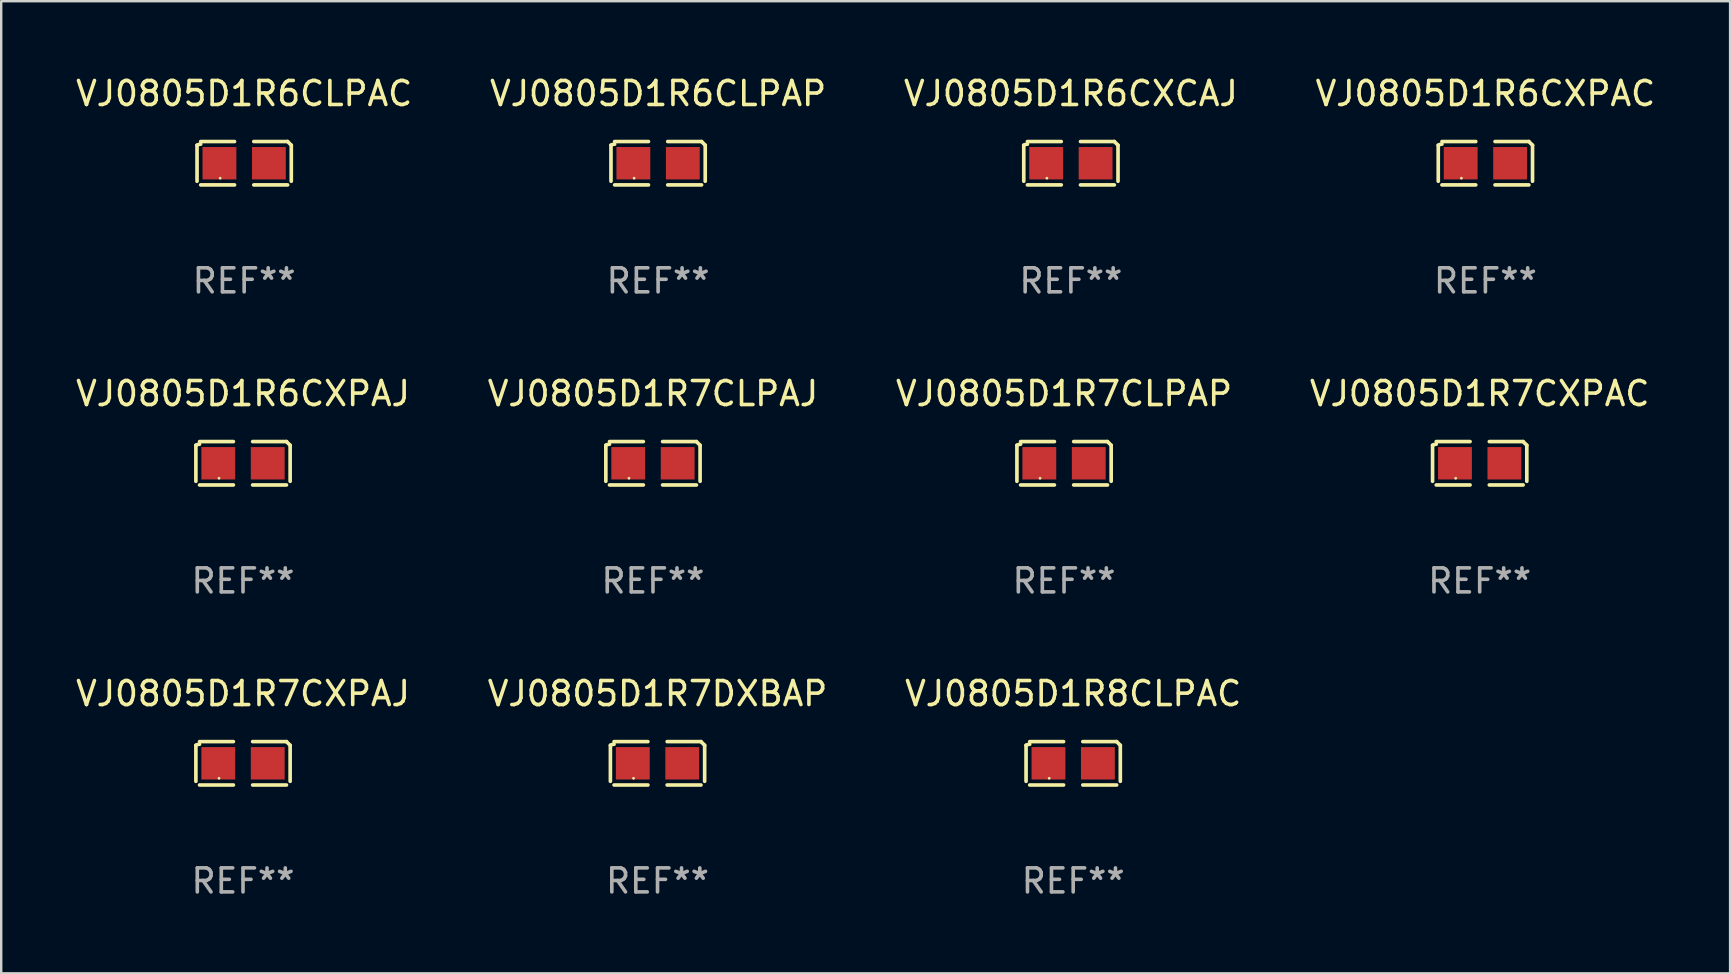
<source format=kicad_pcb>
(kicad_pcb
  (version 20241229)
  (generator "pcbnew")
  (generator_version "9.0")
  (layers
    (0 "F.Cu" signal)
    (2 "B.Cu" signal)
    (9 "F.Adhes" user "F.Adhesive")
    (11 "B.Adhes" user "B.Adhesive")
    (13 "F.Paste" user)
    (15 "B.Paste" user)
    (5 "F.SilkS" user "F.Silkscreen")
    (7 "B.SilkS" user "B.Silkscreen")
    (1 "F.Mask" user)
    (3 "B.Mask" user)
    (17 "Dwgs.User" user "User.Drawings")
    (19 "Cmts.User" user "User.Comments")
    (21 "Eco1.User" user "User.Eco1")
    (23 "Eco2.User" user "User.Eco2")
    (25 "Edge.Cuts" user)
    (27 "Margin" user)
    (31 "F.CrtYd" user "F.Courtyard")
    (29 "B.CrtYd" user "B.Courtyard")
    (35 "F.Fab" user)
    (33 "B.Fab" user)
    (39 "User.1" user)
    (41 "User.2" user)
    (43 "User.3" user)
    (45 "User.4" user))
  (footprint "VJ0805D1R6CXPAC"
    (layer "F.Cu")
    (at 58.851 3.752)
    (property "Reference" "VJ0805D1R6CXPAC" (at 0 -2.904 0) (layer "F.SilkS") (effects (font (size 1 1) (thickness 0.15))))
    (attr through_hole)
    (fp_line (start -1.964 0.751) (end -1.964 -0.751) (stroke (width 0.152) (type solid)) (layer "F.SilkS"))
    (fp_line (start -1.811 -0.904) (end -0.401 -0.904) (stroke (width 0.152) (type solid)) (layer "F.SilkS"))
    (fp_line (start -0.401 0.904) (end -1.811 0.904) (stroke (width 0.152) (type solid)) (layer "F.SilkS"))
    (fp_line (start 0.401 0.904) (end 1.811 0.904) (stroke (width 0.152) (type solid)) (layer "F.SilkS"))
    (fp_line (start 1.811 -0.904) (end 0.401 -0.904) (stroke (width 0.152) (type solid)) (layer "F.SilkS"))
    (fp_line (start 1.964 0.751) (end 1.964 -0.751) (stroke (width 0.152) (type solid)) (layer "F.SilkS"))
    (fp_arc (start -1.963602 -0.751207) (mid -1.890354 -0.783131) (end -1.811201 -0.794044) (stroke (width 0.1524) (type solid)) (layer "F.SilkS"))
    (fp_arc (start 1.811202 -0.903607) (mid 1.887413 -0.827418) (end 1.963602 -0.751207) (stroke (width 0.1524) (type solid)) (layer "F.SilkS"))
    (fp_circle (center -1 0.625) (end -0.97 0.625) (stroke (width 0.06) (type solid)) (fill no) (layer "F.SilkS"))
    (fp_text user "REF**" (at 0 4.904 0) (layer "F.Fab") (effects (font (size 1 1) (thickness 0.15))))
    (pad "1" smd rect (at -1.03 0) (size 1.41 1.35) (layers "F.Cu" "F.Mask" "F.Paste"))
    (pad "2" smd rect (at 1.03 0) (size 1.41 1.35) (layers "F.Cu" "F.Mask" "F.Paste")))
  (footprint "VJ0805D1R7CLPAP"
    (layer "F.Cu")
    (at 41.292 16.256)
    (property "Reference" "VJ0805D1R7CLPAP" (at 0 -2.904 0) (layer "F.SilkS") (effects (font (size 1 1) (thickness 0.15))))
    (attr through_hole)
    (fp_line (start -1.964 0.751) (end -1.964 -0.751) (stroke (width 0.152) (type solid)) (layer "F.SilkS"))
    (fp_line (start -1.811 -0.904) (end -0.401 -0.904) (stroke (width 0.152) (type solid)) (layer "F.SilkS"))
    (fp_line (start -0.401 0.904) (end -1.811 0.904) (stroke (width 0.152) (type solid)) (layer "F.SilkS"))
    (fp_line (start 0.401 0.904) (end 1.811 0.904) (stroke (width 0.152) (type solid)) (layer "F.SilkS"))
    (fp_line (start 1.811 -0.904) (end 0.401 -0.904) (stroke (width 0.152) (type solid)) (layer "F.SilkS"))
    (fp_line (start 1.964 0.751) (end 1.964 -0.751) (stroke (width 0.152) (type solid)) (layer "F.SilkS"))
    (fp_arc (start -1.963602 -0.751207) (mid -1.890354 -0.783131) (end -1.811201 -0.794044) (stroke (width 0.1524) (type solid)) (layer "F.SilkS"))
    (fp_arc (start 1.811202 -0.903607) (mid 1.887413 -0.827418) (end 1.963602 -0.751207) (stroke (width 0.1524) (type solid)) (layer "F.SilkS"))
    (fp_circle (center -1 0.625) (end -0.97 0.625) (stroke (width 0.06) (type solid)) (fill no) (layer "F.SilkS"))
    (fp_text user "REF**" (at 0 4.904 0) (layer "F.Fab") (effects (font (size 1 1) (thickness 0.15))))
    (pad "1" smd rect (at -1.03 0) (size 1.41 1.35) (layers "F.Cu" "F.Mask" "F.Paste"))
    (pad "2" smd rect (at 1.03 0) (size 1.41 1.35) (layers "F.Cu" "F.Mask" "F.Paste")))
  (footprint "VJ0805D1R6CXCAJ"
    (layer "F.Cu")
    (at 41.577 3.752)
    (property "Reference" "VJ0805D1R6CXCAJ" (at 0 -2.904 0) (layer "F.SilkS") (effects (font (size 1 1) (thickness 0.15))))
    (attr through_hole)
    (fp_line (start -1.964 0.751) (end -1.964 -0.751) (stroke (width 0.152) (type solid)) (layer "F.SilkS"))
    (fp_line (start -1.811 -0.904) (end -0.401 -0.904) (stroke (width 0.152) (type solid)) (layer "F.SilkS"))
    (fp_line (start -0.401 0.904) (end -1.811 0.904) (stroke (width 0.152) (type solid)) (layer "F.SilkS"))
    (fp_line (start 0.401 0.904) (end 1.811 0.904) (stroke (width 0.152) (type solid)) (layer "F.SilkS"))
    (fp_line (start 1.811 -0.904) (end 0.401 -0.904) (stroke (width 0.152) (type solid)) (layer "F.SilkS"))
    (fp_line (start 1.964 0.751) (end 1.964 -0.751) (stroke (width 0.152) (type solid)) (layer "F.SilkS"))
    (fp_arc (start -1.963602 -0.751207) (mid -1.890354 -0.783131) (end -1.811201 -0.794044) (stroke (width 0.1524) (type solid)) (layer "F.SilkS"))
    (fp_arc (start 1.811202 -0.903607) (mid 1.887413 -0.827418) (end 1.963602 -0.751207) (stroke (width 0.1524) (type solid)) (layer "F.SilkS"))
    (fp_circle (center -1 0.625) (end -0.97 0.625) (stroke (width 0.06) (type solid)) (fill no) (layer "F.SilkS"))
    (fp_text user "REF**" (at 0 4.904 0) (layer "F.Fab") (effects (font (size 1 1) (thickness 0.15))))
    (pad "1" smd rect (at -1.03 0) (size 1.41 1.35) (layers "F.Cu" "F.Mask" "F.Paste"))
    (pad "2" smd rect (at 1.03 0) (size 1.41 1.35) (layers "F.Cu" "F.Mask" "F.Paste")))
  (footprint "VJ0805D1R7CXPAJ"
    (layer "F.Cu")
    (at 7.077 28.759)
    (property "Reference" "VJ0805D1R7CXPAJ" (at 0 -2.904 0) (layer "F.SilkS") (effects (font (size 1 1) (thickness 0.15))))
    (attr through_hole)
    (fp_line (start -1.964 0.751) (end -1.964 -0.751) (stroke (width 0.152) (type solid)) (layer "F.SilkS"))
    (fp_line (start -1.811 -0.904) (end -0.401 -0.904) (stroke (width 0.152) (type solid)) (layer "F.SilkS"))
    (fp_line (start -0.401 0.904) (end -1.811 0.904) (stroke (width 0.152) (type solid)) (layer "F.SilkS"))
    (fp_line (start 0.401 0.904) (end 1.811 0.904) (stroke (width 0.152) (type solid)) (layer "F.SilkS"))
    (fp_line (start 1.811 -0.904) (end 0.401 -0.904) (stroke (width 0.152) (type solid)) (layer "F.SilkS"))
    (fp_line (start 1.964 0.751) (end 1.964 -0.751) (stroke (width 0.152) (type solid)) (layer "F.SilkS"))
    (fp_arc (start -1.963602 -0.751207) (mid -1.890354 -0.783131) (end -1.811201 -0.794044) (stroke (width 0.1524) (type solid)) (layer "F.SilkS"))
    (fp_arc (start 1.811202 -0.903607) (mid 1.887413 -0.827418) (end 1.963602 -0.751207) (stroke (width 0.1524) (type solid)) (layer "F.SilkS"))
    (fp_circle (center -1 0.625) (end -0.97 0.625) (stroke (width 0.06) (type solid)) (fill no) (layer "F.SilkS"))
    (fp_text user "REF**" (at 0 4.904 0) (layer "F.Fab") (effects (font (size 1 1) (thickness 0.15))))
    (pad "1" smd rect (at -1.03 0) (size 1.41 1.35) (layers "F.Cu" "F.Mask" "F.Paste"))
    (pad "2" smd rect (at 1.03 0) (size 1.41 1.35) (layers "F.Cu" "F.Mask" "F.Paste")))
  (footprint "VJ0805D1R7CXPAC"
    (layer "F.Cu")
    (at 58.613 16.256)
    (property "Reference" "VJ0805D1R7CXPAC" (at 0 -2.904 0) (layer "F.SilkS") (effects (font (size 1 1) (thickness 0.15))))
    (attr through_hole)
    (fp_line (start -1.964 0.751) (end -1.964 -0.751) (stroke (width 0.152) (type solid)) (layer "F.SilkS"))
    (fp_line (start -1.811 -0.904) (end -0.401 -0.904) (stroke (width 0.152) (type solid)) (layer "F.SilkS"))
    (fp_line (start -0.401 0.904) (end -1.811 0.904) (stroke (width 0.152) (type solid)) (layer "F.SilkS"))
    (fp_line (start 0.401 0.904) (end 1.811 0.904) (stroke (width 0.152) (type solid)) (layer "F.SilkS"))
    (fp_line (start 1.811 -0.904) (end 0.401 -0.904) (stroke (width 0.152) (type solid)) (layer "F.SilkS"))
    (fp_line (start 1.964 0.751) (end 1.964 -0.751) (stroke (width 0.152) (type solid)) (layer "F.SilkS"))
    (fp_arc (start -1.963602 -0.751207) (mid -1.890354 -0.783131) (end -1.811201 -0.794044) (stroke (width 0.1524) (type solid)) (layer "F.SilkS"))
    (fp_arc (start 1.811202 -0.903607) (mid 1.887413 -0.827418) (end 1.963602 -0.751207) (stroke (width 0.1524) (type solid)) (layer "F.SilkS"))
    (fp_circle (center -1 0.625) (end -0.97 0.625) (stroke (width 0.06) (type solid)) (fill no) (layer "F.SilkS"))
    (fp_text user "REF**" (at 0 4.904 0) (layer "F.Fab") (effects (font (size 1 1) (thickness 0.15))))
    (pad "1" smd rect (at -1.03 0) (size 1.41 1.35) (layers "F.Cu" "F.Mask" "F.Paste"))
    (pad "2" smd rect (at 1.03 0) (size 1.41 1.35) (layers "F.Cu" "F.Mask" "F.Paste")))
  (footprint "VJ0805D1R6CLPAP"
    (layer "F.Cu")
    (at 24.375 3.752)
    (property "Reference" "VJ0805D1R6CLPAP" (at 0 -2.904 0) (layer "F.SilkS") (effects (font (size 1 1) (thickness 0.15))))
    (attr through_hole)
    (fp_line (start -1.964 0.751) (end -1.964 -0.751) (stroke (width 0.152) (type solid)) (layer "F.SilkS"))
    (fp_line (start -1.811 -0.904) (end -0.401 -0.904) (stroke (width 0.152) (type solid)) (layer "F.SilkS"))
    (fp_line (start -0.401 0.904) (end -1.811 0.904) (stroke (width 0.152) (type solid)) (layer "F.SilkS"))
    (fp_line (start 0.401 0.904) (end 1.811 0.904) (stroke (width 0.152) (type solid)) (layer "F.SilkS"))
    (fp_line (start 1.811 -0.904) (end 0.401 -0.904) (stroke (width 0.152) (type solid)) (layer "F.SilkS"))
    (fp_line (start 1.964 0.751) (end 1.964 -0.751) (stroke (width 0.152) (type solid)) (layer "F.SilkS"))
    (fp_arc (start -1.963602 -0.751207) (mid -1.890354 -0.783131) (end -1.811201 -0.794044) (stroke (width 0.1524) (type solid)) (layer "F.SilkS"))
    (fp_arc (start 1.811202 -0.903607) (mid 1.887413 -0.827418) (end 1.963602 -0.751207) (stroke (width 0.1524) (type solid)) (layer "F.SilkS"))
    (fp_circle (center -1 0.625) (end -0.97 0.625) (stroke (width 0.06) (type solid)) (fill no) (layer "F.SilkS"))
    (fp_text user "REF**" (at 0 4.904 0) (layer "F.Fab") (effects (font (size 1 1) (thickness 0.15))))
    (pad "1" smd rect (at -1.03 0) (size 1.41 1.35) (layers "F.Cu" "F.Mask" "F.Paste"))
    (pad "2" smd rect (at 1.03 0) (size 1.41 1.35) (layers "F.Cu" "F.Mask" "F.Paste")))
  (footprint "VJ0805D1R8CLPAC"
    (layer "F.Cu")
    (at 41.673 28.759)
    (property "Reference" "VJ0805D1R8CLPAC" (at 0 -2.904 0) (layer "F.SilkS") (effects (font (size 1 1) (thickness 0.15))))
    (attr through_hole)
    (fp_line (start -1.964 0.751) (end -1.964 -0.751) (stroke (width 0.152) (type solid)) (layer "F.SilkS"))
    (fp_line (start -1.811 -0.904) (end -0.401 -0.904) (stroke (width 0.152) (type solid)) (layer "F.SilkS"))
    (fp_line (start -0.401 0.904) (end -1.811 0.904) (stroke (width 0.152) (type solid)) (layer "F.SilkS"))
    (fp_line (start 0.401 0.904) (end 1.811 0.904) (stroke (width 0.152) (type solid)) (layer "F.SilkS"))
    (fp_line (start 1.811 -0.904) (end 0.401 -0.904) (stroke (width 0.152) (type solid)) (layer "F.SilkS"))
    (fp_line (start 1.964 0.751) (end 1.964 -0.751) (stroke (width 0.152) (type solid)) (layer "F.SilkS"))
    (fp_arc (start -1.963602 -0.751207) (mid -1.890354 -0.783131) (end -1.811201 -0.794044) (stroke (width 0.1524) (type solid)) (layer "F.SilkS"))
    (fp_arc (start 1.811202 -0.903607) (mid 1.887413 -0.827418) (end 1.963602 -0.751207) (stroke (width 0.1524) (type solid)) (layer "F.SilkS"))
    (fp_circle (center -1 0.625) (end -0.97 0.625) (stroke (width 0.06) (type solid)) (fill no) (layer "F.SilkS"))
    (fp_text user "REF**" (at 0 4.904 0) (layer "F.Fab") (effects (font (size 1 1) (thickness 0.15))))
    (pad "1" smd rect (at -1.03 0) (size 1.41 1.35) (layers "F.Cu" "F.Mask" "F.Paste"))
    (pad "2" smd rect (at 1.03 0) (size 1.41 1.35) (layers "F.Cu" "F.Mask" "F.Paste")))
  (footprint "VJ0805D1R6CLPAC"
    (layer "F.Cu")
    (at 7.125 3.752)
    (property "Reference" "VJ0805D1R6CLPAC" (at 0 -2.904 0) (layer "F.SilkS") (effects (font (size 1 1) (thickness 0.15))))
    (attr through_hole)
    (fp_line (start -1.964 0.751) (end -1.964 -0.751) (stroke (width 0.152) (type solid)) (layer "F.SilkS"))
    (fp_line (start -1.811 -0.904) (end -0.401 -0.904) (stroke (width 0.152) (type solid)) (layer "F.SilkS"))
    (fp_line (start -0.401 0.904) (end -1.811 0.904) (stroke (width 0.152) (type solid)) (layer "F.SilkS"))
    (fp_line (start 0.401 0.904) (end 1.811 0.904) (stroke (width 0.152) (type solid)) (layer "F.SilkS"))
    (fp_line (start 1.811 -0.904) (end 0.401 -0.904) (stroke (width 0.152) (type solid)) (layer "F.SilkS"))
    (fp_line (start 1.964 0.751) (end 1.964 -0.751) (stroke (width 0.152) (type solid)) (layer "F.SilkS"))
    (fp_arc (start -1.963602 -0.751207) (mid -1.890354 -0.783131) (end -1.811201 -0.794044) (stroke (width 0.1524) (type solid)) (layer "F.SilkS"))
    (fp_arc (start 1.811202 -0.903607) (mid 1.887413 -0.827418) (end 1.963602 -0.751207) (stroke (width 0.1524) (type solid)) (layer "F.SilkS"))
    (fp_circle (center -1 0.625) (end -0.97 0.625) (stroke (width 0.06) (type solid)) (fill no) (layer "F.SilkS"))
    (fp_text user "REF**" (at 0 4.904 0) (layer "F.Fab") (effects (font (size 1 1) (thickness 0.15))))
    (pad "1" smd rect (at -1.03 0) (size 1.41 1.35) (layers "F.Cu" "F.Mask" "F.Paste"))
    (pad "2" smd rect (at 1.03 0) (size 1.41 1.35) (layers "F.Cu" "F.Mask" "F.Paste")))
  (footprint "VJ0805D1R7CLPAJ"
    (layer "F.Cu")
    (at 24.161 16.256)
    (property "Reference" "VJ0805D1R7CLPAJ" (at 0 -2.904 0) (layer "F.SilkS") (effects (font (size 1 1) (thickness 0.15))))
    (attr through_hole)
    (fp_line (start -1.964 0.751) (end -1.964 -0.751) (stroke (width 0.152) (type solid)) (layer "F.SilkS"))
    (fp_line (start -1.811 -0.904) (end -0.401 -0.904) (stroke (width 0.152) (type solid)) (layer "F.SilkS"))
    (fp_line (start -0.401 0.904) (end -1.811 0.904) (stroke (width 0.152) (type solid)) (layer "F.SilkS"))
    (fp_line (start 0.401 0.904) (end 1.811 0.904) (stroke (width 0.152) (type solid)) (layer "F.SilkS"))
    (fp_line (start 1.811 -0.904) (end 0.401 -0.904) (stroke (width 0.152) (type solid)) (layer "F.SilkS"))
    (fp_line (start 1.964 0.751) (end 1.964 -0.751) (stroke (width 0.152) (type solid)) (layer "F.SilkS"))
    (fp_arc (start -1.963602 -0.751207) (mid -1.890354 -0.783131) (end -1.811201 -0.794044) (stroke (width 0.1524) (type solid)) (layer "F.SilkS"))
    (fp_arc (start 1.811202 -0.903607) (mid 1.887413 -0.827418) (end 1.963602 -0.751207) (stroke (width 0.1524) (type solid)) (layer "F.SilkS"))
    (fp_circle (center -1 0.625) (end -0.97 0.625) (stroke (width 0.06) (type solid)) (fill no) (layer "F.SilkS"))
    (fp_text user "REF**" (at 0 4.904 0) (layer "F.Fab") (effects (font (size 1 1) (thickness 0.15))))
    (pad "1" smd rect (at -1.03 0) (size 1.41 1.35) (layers "F.Cu" "F.Mask" "F.Paste"))
    (pad "2" smd rect (at 1.03 0) (size 1.41 1.35) (layers "F.Cu" "F.Mask" "F.Paste")))
  (footprint "VJ0805D1R7DXBAP"
    (layer "F.Cu")
    (at 24.351 28.759)
    (property "Reference" "VJ0805D1R7DXBAP" (at 0 -2.904 0) (layer "F.SilkS") (effects (font (size 1 1) (thickness 0.15))))
    (attr through_hole)
    (fp_line (start -1.964 0.751) (end -1.964 -0.751) (stroke (width 0.152) (type solid)) (layer "F.SilkS"))
    (fp_line (start -1.811 -0.904) (end -0.401 -0.904) (stroke (width 0.152) (type solid)) (layer "F.SilkS"))
    (fp_line (start -0.401 0.904) (end -1.811 0.904) (stroke (width 0.152) (type solid)) (layer "F.SilkS"))
    (fp_line (start 0.401 0.904) (end 1.811 0.904) (stroke (width 0.152) (type solid)) (layer "F.SilkS"))
    (fp_line (start 1.811 -0.904) (end 0.401 -0.904) (stroke (width 0.152) (type solid)) (layer "F.SilkS"))
    (fp_line (start 1.964 0.751) (end 1.964 -0.751) (stroke (width 0.152) (type solid)) (layer "F.SilkS"))
    (fp_arc (start -1.963602 -0.751207) (mid -1.890354 -0.783131) (end -1.811201 -0.794044) (stroke (width 0.1524) (type solid)) (layer "F.SilkS"))
    (fp_arc (start 1.811202 -0.903607) (mid 1.887413 -0.827418) (end 1.963602 -0.751207) (stroke (width 0.1524) (type solid)) (layer "F.SilkS"))
    (fp_circle (center -1 0.625) (end -0.97 0.625) (stroke (width 0.06) (type solid)) (fill no) (layer "F.SilkS"))
    (fp_text user "REF**" (at 0 4.904 0) (layer "F.Fab") (effects (font (size 1 1) (thickness 0.15))))
    (pad "1" smd rect (at -1.03 0) (size 1.41 1.35) (layers "F.Cu" "F.Mask" "F.Paste"))
    (pad "2" smd rect (at 1.03 0) (size 1.41 1.35) (layers "F.Cu" "F.Mask" "F.Paste")))
  (footprint "VJ0805D1R6CXPAJ"
    (layer "F.Cu")
    (at 7.077 16.256)
    (property "Reference" "VJ0805D1R6CXPAJ" (at 0 -2.904 0) (layer "F.SilkS") (effects (font (size 1 1) (thickness 0.15))))
    (attr through_hole)
    (fp_line (start -1.964 0.751) (end -1.964 -0.751) (stroke (width 0.152) (type solid)) (layer "F.SilkS"))
    (fp_line (start -1.811 -0.904) (end -0.401 -0.904) (stroke (width 0.152) (type solid)) (layer "F.SilkS"))
    (fp_line (start -0.401 0.904) (end -1.811 0.904) (stroke (width 0.152) (type solid)) (layer "F.SilkS"))
    (fp_line (start 0.401 0.904) (end 1.811 0.904) (stroke (width 0.152) (type solid)) (layer "F.SilkS"))
    (fp_line (start 1.811 -0.904) (end 0.401 -0.904) (stroke (width 0.152) (type solid)) (layer "F.SilkS"))
    (fp_line (start 1.964 0.751) (end 1.964 -0.751) (stroke (width 0.152) (type solid)) (layer "F.SilkS"))
    (fp_arc (start -1.963602 -0.751207) (mid -1.890354 -0.783131) (end -1.811201 -0.794044) (stroke (width 0.1524) (type solid)) (layer "F.SilkS"))
    (fp_arc (start 1.811202 -0.903607) (mid 1.887413 -0.827418) (end 1.963602 -0.751207) (stroke (width 0.1524) (type solid)) (layer "F.SilkS"))
    (fp_circle (center -1 0.625) (end -0.97 0.625) (stroke (width 0.06) (type solid)) (fill no) (layer "F.SilkS"))
    (fp_text user "REF**" (at 0 4.904 0) (layer "F.Fab") (effects (font (size 1 1) (thickness 0.15))))
    (pad "1" smd rect (at -1.03 0) (size 1.41 1.35) (layers "F.Cu" "F.Mask" "F.Paste"))
    (pad "2" smd rect (at 1.03 0) (size 1.41 1.35) (layers "F.Cu" "F.Mask" "F.Paste")))
  (gr_rect
    (start -3 -3)
    (end 69.048 37.511)
    (stroke (width 0.1) (type default))
    (fill no)
    (layer "Edge.Cuts")))
</source>
